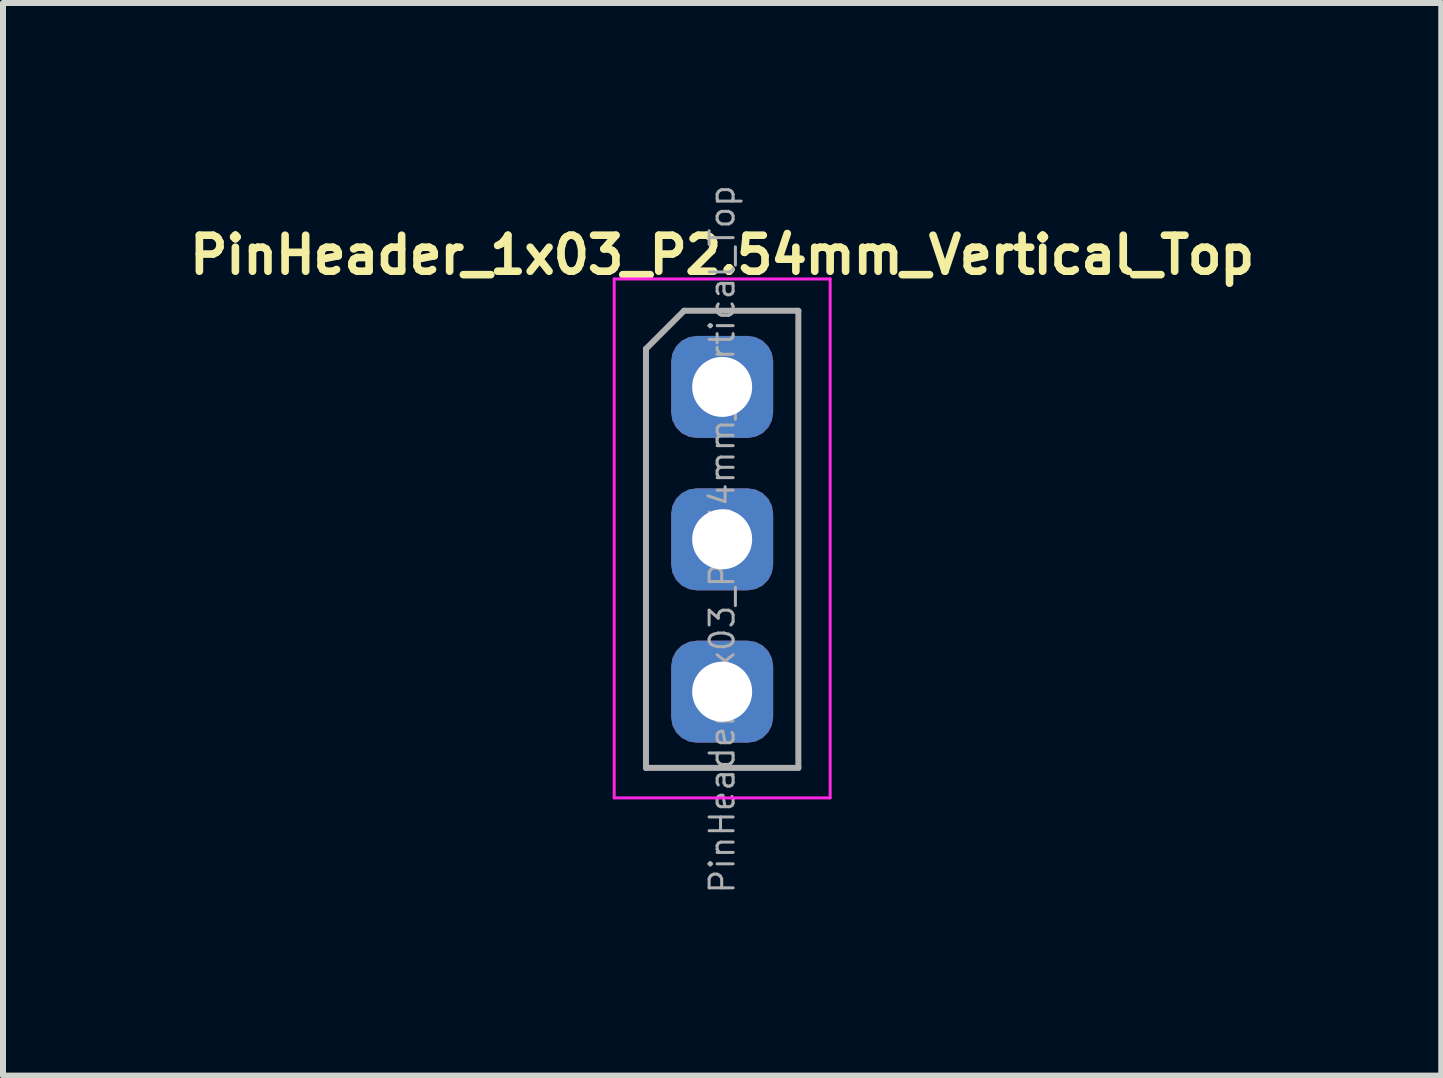
<source format=kicad_pcb>
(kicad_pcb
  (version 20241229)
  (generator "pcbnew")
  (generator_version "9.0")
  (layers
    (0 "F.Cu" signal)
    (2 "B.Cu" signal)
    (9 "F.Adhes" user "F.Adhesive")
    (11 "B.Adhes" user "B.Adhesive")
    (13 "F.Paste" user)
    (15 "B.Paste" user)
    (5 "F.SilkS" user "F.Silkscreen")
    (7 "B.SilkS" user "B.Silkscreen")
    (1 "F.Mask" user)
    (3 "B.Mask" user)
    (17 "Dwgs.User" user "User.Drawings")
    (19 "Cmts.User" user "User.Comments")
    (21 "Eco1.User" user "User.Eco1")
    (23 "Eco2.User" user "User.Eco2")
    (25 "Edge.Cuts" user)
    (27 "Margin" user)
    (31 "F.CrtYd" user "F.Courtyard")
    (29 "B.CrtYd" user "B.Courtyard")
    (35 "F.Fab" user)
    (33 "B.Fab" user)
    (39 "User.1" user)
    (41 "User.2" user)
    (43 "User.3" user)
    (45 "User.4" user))
  (footprint "PinHeader_1x03_P2.54mm_Vertical_Top"
    (layer "F.Cu")
    (at 8.988 3.4)
    (property "Reference" "PinHeader_1x03_P2.54mm_Vertical_Top" (at 0 -2.2 0) (layer "F.SilkS") (effects (font (size 0.6 0.6) (thickness 0.127))))
    (attr through_hole)
    (fp_line (start -1.8 -1.8) (end -1.8 6.85) (stroke (width 0.05) (type solid)) (layer "F.CrtYd"))
    (fp_line (start -1.8 6.85) (end 1.8 6.85) (stroke (width 0.05) (type solid)) (layer "F.CrtYd"))
    (fp_line (start 1.8 -1.8) (end -1.8 -1.8) (stroke (width 0.05) (type solid)) (layer "F.CrtYd"))
    (fp_line (start 1.8 6.85) (end 1.8 -1.8) (stroke (width 0.05) (type solid)) (layer "F.CrtYd"))
    (fp_line (start -1.27 -0.635) (end -0.635 -1.27) (stroke (width 0.1) (type solid)) (layer "F.Fab"))
    (fp_line (start -1.27 6.35) (end -1.27 -0.635) (stroke (width 0.1) (type solid)) (layer "F.Fab"))
    (fp_line (start -0.635 -1.27) (end 1.27 -1.27) (stroke (width 0.1) (type solid)) (layer "F.Fab"))
    (fp_line (start 1.27 -1.27) (end 1.27 6.35) (stroke (width 0.1) (type solid)) (layer "F.Fab"))
    (fp_line (start 1.27 6.35) (end -1.27 6.35) (stroke (width 0.1) (type solid)) (layer "F.Fab"))
    (fp_text user "${REFERENCE}" (at 0 2.54 90) (layer "F.Fab") (effects (font (size 0.4 0.4) (thickness 0.05))))
    (pad "1" thru_hole roundrect (at 0 0) (size 1.7 1.7) (drill 1) (layers "*.Cu" "*.Mask") (roundrect_rratio 0.25))
    (pad "2" thru_hole roundrect (at 0 2.54) (size 1.7 1.7) (drill 1) (layers "*.Cu" "*.Mask") (roundrect_rratio 0.25))
    (pad "3" thru_hole roundrect (at 0 5.08) (size 1.7 1.7) (drill 1) (layers "*.Cu" "*.Mask") (roundrect_rratio 0.25)))
  (gr_rect
    (start -3 -3)
    (end 20.975 14.88)
    (stroke (width 0.1) (type default))
    (fill no)
    (layer "Edge.Cuts")))
</source>
